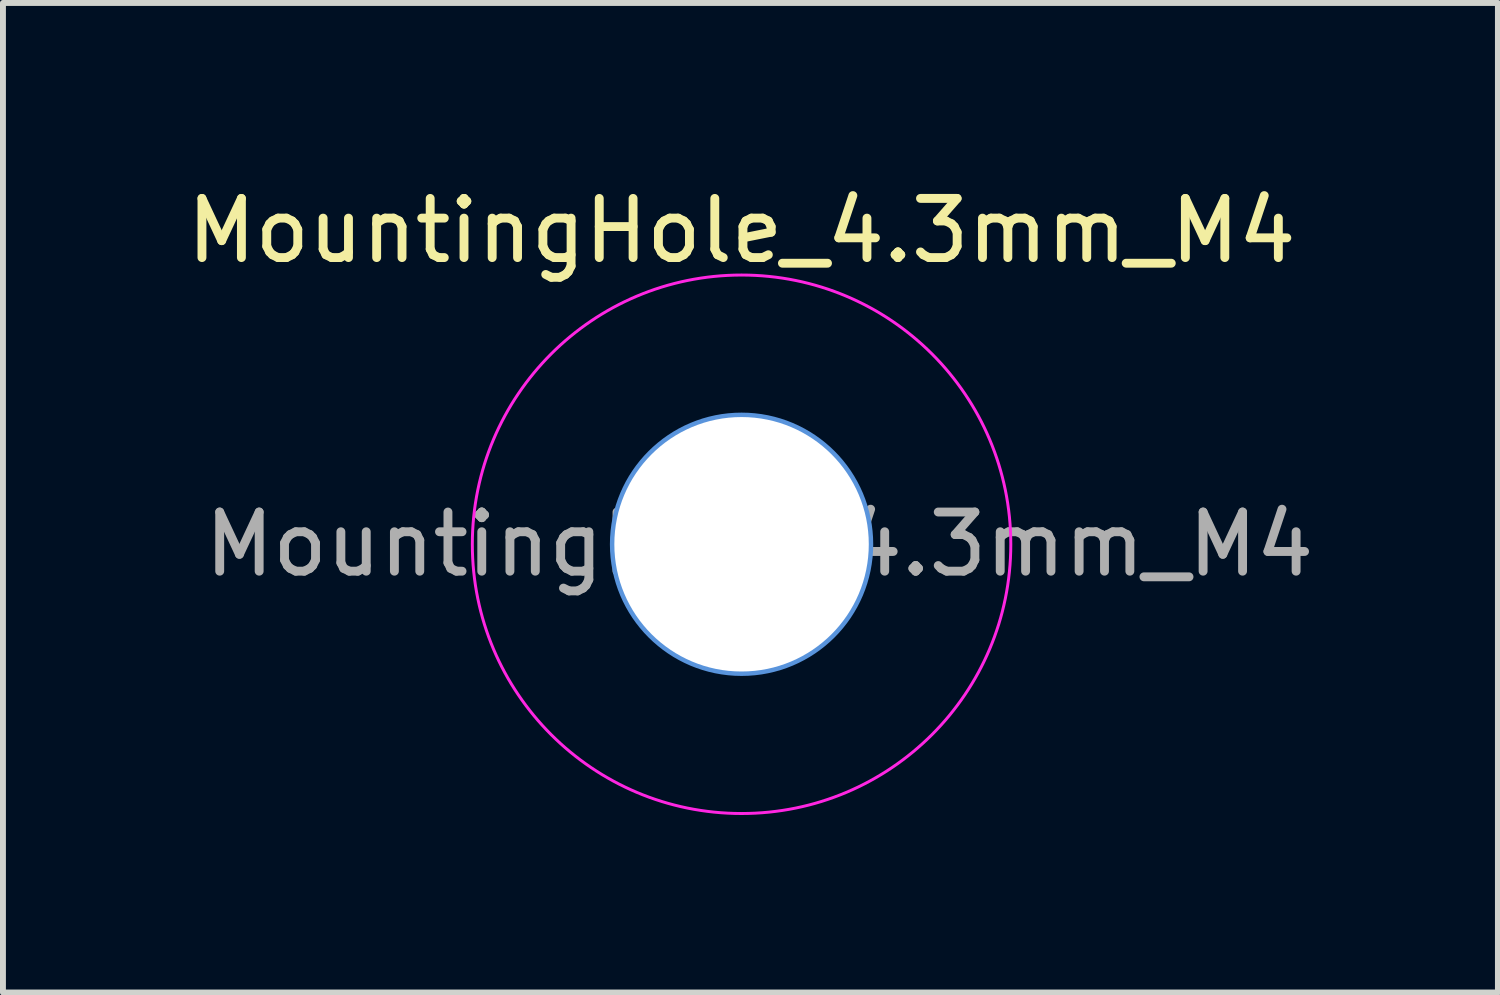
<source format=kicad_pcb>
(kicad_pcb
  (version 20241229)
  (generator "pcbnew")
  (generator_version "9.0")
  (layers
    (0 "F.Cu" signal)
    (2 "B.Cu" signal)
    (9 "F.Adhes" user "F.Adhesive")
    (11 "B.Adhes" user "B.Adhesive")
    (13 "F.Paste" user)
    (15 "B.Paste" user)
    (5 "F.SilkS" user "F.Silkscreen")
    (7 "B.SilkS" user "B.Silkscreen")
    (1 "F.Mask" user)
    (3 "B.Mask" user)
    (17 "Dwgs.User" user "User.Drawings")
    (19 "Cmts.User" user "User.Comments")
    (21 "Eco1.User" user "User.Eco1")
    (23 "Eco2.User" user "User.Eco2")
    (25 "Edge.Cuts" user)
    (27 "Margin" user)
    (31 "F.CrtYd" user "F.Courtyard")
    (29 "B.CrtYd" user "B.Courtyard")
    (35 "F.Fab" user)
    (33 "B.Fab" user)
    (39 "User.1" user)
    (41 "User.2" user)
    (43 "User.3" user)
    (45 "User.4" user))
  (footprint "MountingHole_4.3mm_M4"
    (layer "F.Cu")
    (at 9.482 6.148)
    (property "Reference" "MountingHole_4.3mm_M4" (at 0 -5.3 0) (layer "F.SilkS") (effects (font (size 1 1) (thickness 0.15))))
    (attr exclude_from_pos_files exclude_from_bom)
    (fp_circle (center 0 0) (end 2.15 0) (stroke (width 0.15) (type solid)) (fill no) (layer "Cmts.User"))
    (fp_circle (center 0 0) (end 4.55 0) (stroke (width 0.05) (type solid)) (fill no) (layer "F.CrtYd"))
    (fp_text user "${REFERENCE}" (at 0.3 0 0) (layer "F.Fab") (effects (font (size 1 1) (thickness 0.15))))
    (pad "" np_thru_hole circle (at 0 0) (size 4.3 4.3) (drill 4.3) (layers "*.Cu" "*.Mask")))
  (gr_rect
    (start -3 -3)
    (end 22.264 13.723)
    (stroke (width 0.1) (type default))
    (fill no)
    (layer "Edge.Cuts")))
</source>
